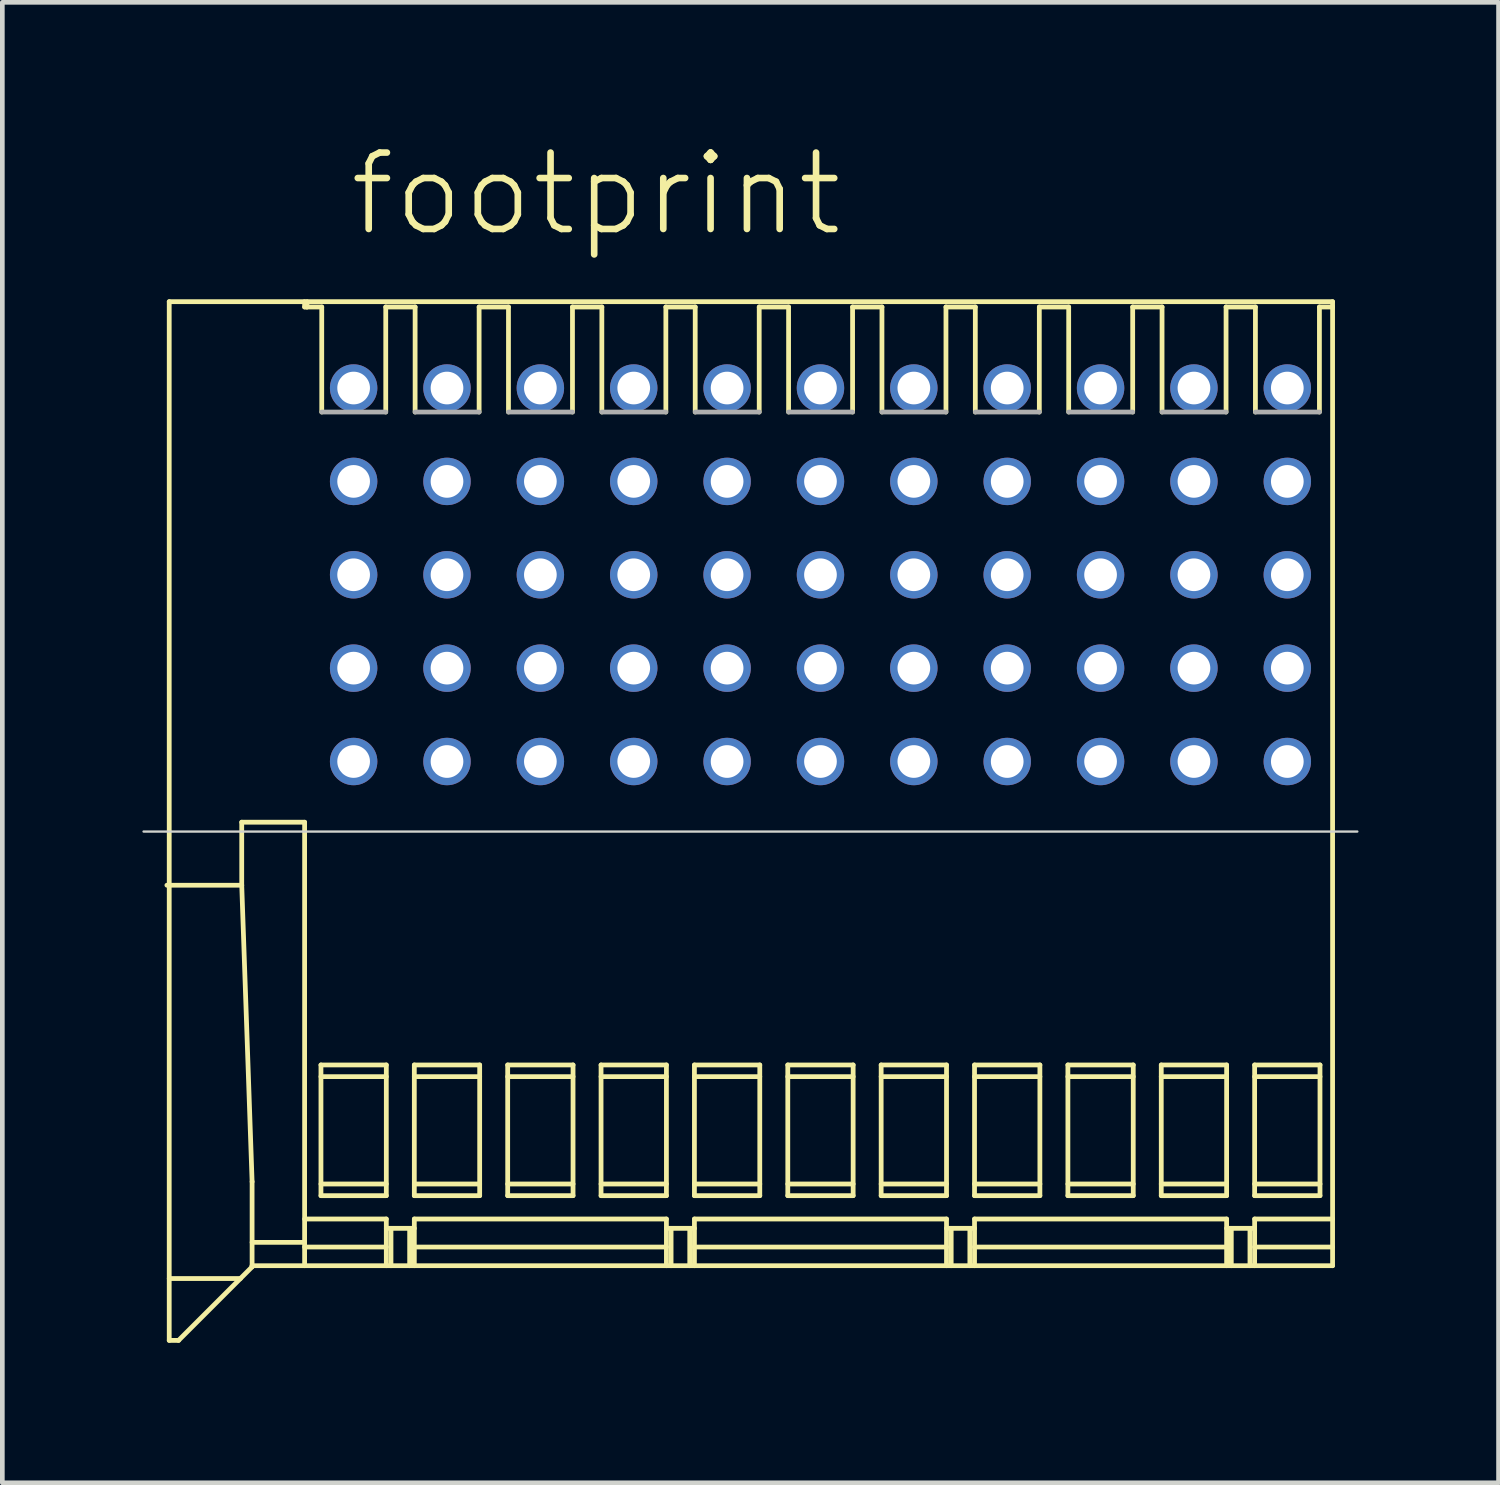
<source format=kicad_pcb>
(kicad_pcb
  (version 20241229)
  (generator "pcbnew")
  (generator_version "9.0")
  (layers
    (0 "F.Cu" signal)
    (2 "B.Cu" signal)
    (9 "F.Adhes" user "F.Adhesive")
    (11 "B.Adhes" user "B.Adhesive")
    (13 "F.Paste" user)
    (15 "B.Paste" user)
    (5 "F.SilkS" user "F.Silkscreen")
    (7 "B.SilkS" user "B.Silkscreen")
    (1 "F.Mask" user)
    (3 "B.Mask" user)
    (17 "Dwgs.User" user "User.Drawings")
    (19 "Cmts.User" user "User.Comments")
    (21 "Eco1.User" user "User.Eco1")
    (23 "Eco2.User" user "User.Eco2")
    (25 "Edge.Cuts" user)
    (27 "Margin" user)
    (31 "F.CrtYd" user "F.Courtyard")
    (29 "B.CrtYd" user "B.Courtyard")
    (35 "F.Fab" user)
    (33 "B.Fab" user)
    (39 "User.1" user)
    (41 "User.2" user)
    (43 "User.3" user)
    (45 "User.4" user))
  (footprint "footprint"
    (layer "F.Cu")
    (at 14.525 13.262)
    (property "Reference" "footprint" (at -10.16 -11.2 0) (layer "F.SilkS") (effects (font (size 1.636 1.636) (thickness 0.142)) (justify left bottom)))
    (fp_line (start -13.95 -9.85) (end -13.95 12.4) (stroke (width 0.102) (type solid)) (layer "F.SilkS"))
    (fp_line (start -13.95 11.075) (end -12.425 11.075) (stroke (width 0.102) (type solid)) (layer "F.SilkS"))
    (fp_line (start -13.75 12.4) (end -13.95 12.4) (stroke (width 0.102) (type solid)) (layer "F.SilkS"))
    (fp_line (start -13.75 12.4) (end -12.175 10.825) (stroke (width 0.102) (type solid)) (layer "F.SilkS"))
    (fp_line (start -12.397 2.65) (end -14 2.65) (stroke (width 0.102) (type solid)) (layer "F.SilkS"))
    (fp_line (start -12.397 2.65) (end -12.397 1.3) (stroke (width 0.102) (type solid)) (layer "F.SilkS"))
    (fp_line (start -12.175 9) (end -12.397 2.65) (stroke (width 0.102) (type solid)) (layer "F.SilkS"))
    (fp_line (start -12.175 10.3) (end -11.05 10.3) (stroke (width 0.102) (type solid)) (layer "F.SilkS"))
    (fp_line (start -12.175 10.8) (end -12.175 9) (stroke (width 0.102) (type solid)) (layer "F.SilkS"))
    (fp_line (start -12.175 10.825) (end -12.175 10.8) (stroke (width 0.102) (type solid)) (layer "F.SilkS"))
    (fp_line (start -11.05 -9.85) (end -13.95 -9.85) (stroke (width 0.102) (type solid)) (layer "F.SilkS"))
    (fp_line (start -11.05 -9.736) (end -11.05 -9.85) (stroke (width 0.102) (type solid)) (layer "F.SilkS"))
    (fp_line (start -11.05 -9.736) (end -11 -9.736) (stroke (width 0.102) (type solid)) (layer "F.SilkS"))
    (fp_line (start -11.05 1.3) (end -12.397 1.3) (stroke (width 0.102) (type solid)) (layer "F.SilkS"))
    (fp_line (start -11.05 1.3) (end -11.05 10.8) (stroke (width 0.102) (type solid)) (layer "F.SilkS"))
    (fp_line (start -11 -9.85) (end -11 -9.736) (stroke (width 0.102) (type solid)) (layer "F.SilkS"))
    (fp_line (start -11 -9.736) (end -10.683 -9.736) (stroke (width 0.102) (type solid)) (layer "F.SilkS"))
    (fp_line (start -10.7 6.5) (end -9.3 6.5) (stroke (width 0.102) (type solid)) (layer "F.SilkS"))
    (fp_line (start -10.7 9.3) (end -10.7 6.5) (stroke (width 0.102) (type solid)) (layer "F.SilkS"))
    (fp_line (start -10.7 9.3) (end -9.3 9.3) (stroke (width 0.102) (type solid)) (layer "F.SilkS"))
    (fp_line (start -10.683 -9.736) (end -10.683 -7.486) (stroke (width 0.102) (type solid)) (layer "F.SilkS"))
    (fp_line (start -9.312 -9.736) (end -8.683 -9.736) (stroke (width 0.102) (type solid)) (layer "F.SilkS"))
    (fp_line (start -9.312 -7.486) (end -9.312 -9.736) (stroke (width 0.102) (type solid)) (layer "F.SilkS"))
    (fp_line (start -9.3 6.5) (end -9.3 9.3) (stroke (width 0.102) (type solid)) (layer "F.SilkS"))
    (fp_line (start -9.3 6.75) (end -10.7 6.75) (stroke (width 0.102) (type solid)) (layer "F.SilkS"))
    (fp_line (start -9.3 9.05) (end -10.7 9.05) (stroke (width 0.102) (type solid)) (layer "F.SilkS"))
    (fp_line (start -9.3 9.8) (end -11.05 9.8) (stroke (width 0.102) (type solid)) (layer "F.SilkS"))
    (fp_line (start -9.3 9.8) (end -9.3 10.8) (stroke (width 0.102) (type solid)) (layer "F.SilkS"))
    (fp_line (start -9.3 10.4) (end -11.05 10.4) (stroke (width 0.102) (type solid)) (layer "F.SilkS"))
    (fp_line (start -9.2 10) (end -9.2 10.8) (stroke (width 0.102) (type solid)) (layer "F.SilkS"))
    (fp_line (start -8.8 10) (end -8.8 10.8) (stroke (width 0.102) (type solid)) (layer "F.SilkS"))
    (fp_line (start -8.7 6.5) (end -8.7 9.3) (stroke (width 0.102) (type solid)) (layer "F.SilkS"))
    (fp_line (start -8.7 9.8) (end -8.7 10.8) (stroke (width 0.102) (type solid)) (layer "F.SilkS"))
    (fp_line (start -8.7 10) (end -9.3 10) (stroke (width 0.102) (type solid)) (layer "F.SilkS"))
    (fp_line (start -8.683 -9.736) (end -8.683 -7.486) (stroke (width 0.102) (type solid)) (layer "F.SilkS"))
    (fp_line (start -7.312 -9.736) (end -6.683 -9.736) (stroke (width 0.102) (type solid)) (layer "F.SilkS"))
    (fp_line (start -7.312 -7.486) (end -7.312 -9.736) (stroke (width 0.102) (type solid)) (layer "F.SilkS"))
    (fp_line (start -7.3 6.5) (end -8.7 6.5) (stroke (width 0.102) (type solid)) (layer "F.SilkS"))
    (fp_line (start -7.3 6.5) (end -7.3 9.3) (stroke (width 0.102) (type solid)) (layer "F.SilkS"))
    (fp_line (start -7.3 6.75) (end -8.7 6.75) (stroke (width 0.102) (type solid)) (layer "F.SilkS"))
    (fp_line (start -7.3 9.05) (end -8.7 9.05) (stroke (width 0.102) (type solid)) (layer "F.SilkS"))
    (fp_line (start -7.3 9.3) (end -8.7 9.3) (stroke (width 0.102) (type solid)) (layer "F.SilkS"))
    (fp_line (start -6.7 6.5) (end -6.7 9.3) (stroke (width 0.102) (type solid)) (layer "F.SilkS"))
    (fp_line (start -6.683 -9.736) (end -6.683 -7.486) (stroke (width 0.102) (type solid)) (layer "F.SilkS"))
    (fp_line (start -5.312 -9.736) (end -4.683 -9.736) (stroke (width 0.102) (type solid)) (layer "F.SilkS"))
    (fp_line (start -5.312 -7.486) (end -5.312 -9.736) (stroke (width 0.102) (type solid)) (layer "F.SilkS"))
    (fp_line (start -5.3 6.5) (end -6.7 6.5) (stroke (width 0.102) (type solid)) (layer "F.SilkS"))
    (fp_line (start -5.3 6.5) (end -5.3 9.3) (stroke (width 0.102) (type solid)) (layer "F.SilkS"))
    (fp_line (start -5.3 6.75) (end -6.7 6.75) (stroke (width 0.102) (type solid)) (layer "F.SilkS"))
    (fp_line (start -5.3 9.05) (end -6.7 9.05) (stroke (width 0.102) (type solid)) (layer "F.SilkS"))
    (fp_line (start -5.3 9.3) (end -6.7 9.3) (stroke (width 0.102) (type solid)) (layer "F.SilkS"))
    (fp_line (start -4.7 6.5) (end -4.7 9.3) (stroke (width 0.102) (type solid)) (layer "F.SilkS"))
    (fp_line (start -4.683 -9.736) (end -4.683 -7.486) (stroke (width 0.102) (type solid)) (layer "F.SilkS"))
    (fp_line (start -3.312 -9.736) (end -2.683 -9.736) (stroke (width 0.102) (type solid)) (layer "F.SilkS"))
    (fp_line (start -3.312 -7.486) (end -3.312 -9.736) (stroke (width 0.102) (type solid)) (layer "F.SilkS"))
    (fp_line (start -3.3 6.5) (end -4.7 6.5) (stroke (width 0.102) (type solid)) (layer "F.SilkS"))
    (fp_line (start -3.3 6.5) (end -3.3 9.3) (stroke (width 0.102) (type solid)) (layer "F.SilkS"))
    (fp_line (start -3.3 6.75) (end -4.7 6.75) (stroke (width 0.102) (type solid)) (layer "F.SilkS"))
    (fp_line (start -3.3 9.05) (end -4.7 9.05) (stroke (width 0.102) (type solid)) (layer "F.SilkS"))
    (fp_line (start -3.3 9.3) (end -4.7 9.3) (stroke (width 0.102) (type solid)) (layer "F.SilkS"))
    (fp_line (start -3.3 9.8) (end -8.7 9.8) (stroke (width 0.102) (type solid)) (layer "F.SilkS"))
    (fp_line (start -3.3 9.8) (end -3.3 10.8) (stroke (width 0.102) (type solid)) (layer "F.SilkS"))
    (fp_line (start -3.3 10.4) (end -8.7 10.4) (stroke (width 0.102) (type solid)) (layer "F.SilkS"))
    (fp_line (start -3.2 10) (end -3.2 10.8) (stroke (width 0.102) (type solid)) (layer "F.SilkS"))
    (fp_line (start -2.8 10) (end -2.8 10.8) (stroke (width 0.102) (type solid)) (layer "F.SilkS"))
    (fp_line (start -2.7 6.5) (end -2.7 9.3) (stroke (width 0.102) (type solid)) (layer "F.SilkS"))
    (fp_line (start -2.7 9.8) (end -2.7 10.8) (stroke (width 0.102) (type solid)) (layer "F.SilkS"))
    (fp_line (start -2.7 10) (end -3.3 10) (stroke (width 0.102) (type solid)) (layer "F.SilkS"))
    (fp_line (start -2.683 -9.736) (end -2.683 -7.486) (stroke (width 0.102) (type solid)) (layer "F.SilkS"))
    (fp_line (start -1.312 -9.736) (end -0.683 -9.736) (stroke (width 0.102) (type solid)) (layer "F.SilkS"))
    (fp_line (start -1.312 -7.486) (end -1.312 -9.736) (stroke (width 0.102) (type solid)) (layer "F.SilkS"))
    (fp_line (start -1.3 6.5) (end -2.7 6.5) (stroke (width 0.102) (type solid)) (layer "F.SilkS"))
    (fp_line (start -1.3 6.5) (end -1.3 9.3) (stroke (width 0.102) (type solid)) (layer "F.SilkS"))
    (fp_line (start -1.3 6.75) (end -2.7 6.75) (stroke (width 0.102) (type solid)) (layer "F.SilkS"))
    (fp_line (start -1.3 9.05) (end -2.7 9.05) (stroke (width 0.102) (type solid)) (layer "F.SilkS"))
    (fp_line (start -1.3 9.3) (end -2.7 9.3) (stroke (width 0.102) (type solid)) (layer "F.SilkS"))
    (fp_line (start -0.7 6.5) (end -0.7 9.3) (stroke (width 0.102) (type solid)) (layer "F.SilkS"))
    (fp_line (start -0.683 -9.736) (end -0.683 -7.486) (stroke (width 0.102) (type solid)) (layer "F.SilkS"))
    (fp_line (start 0.688 -9.736) (end 1.317 -9.736) (stroke (width 0.102) (type solid)) (layer "F.SilkS"))
    (fp_line (start 0.688 -7.486) (end 0.688 -9.736) (stroke (width 0.102) (type solid)) (layer "F.SilkS"))
    (fp_line (start 0.7 6.5) (end -0.7 6.5) (stroke (width 0.102) (type solid)) (layer "F.SilkS"))
    (fp_line (start 0.7 6.5) (end 0.7 9.3) (stroke (width 0.102) (type solid)) (layer "F.SilkS"))
    (fp_line (start 0.7 6.75) (end -0.7 6.75) (stroke (width 0.102) (type solid)) (layer "F.SilkS"))
    (fp_line (start 0.7 9.05) (end -0.7 9.05) (stroke (width 0.102) (type solid)) (layer "F.SilkS"))
    (fp_line (start 0.7 9.3) (end -0.7 9.3) (stroke (width 0.102) (type solid)) (layer "F.SilkS"))
    (fp_line (start 1.3 6.5) (end 1.3 9.3) (stroke (width 0.102) (type solid)) (layer "F.SilkS"))
    (fp_line (start 1.317 -9.736) (end 1.317 -7.486) (stroke (width 0.102) (type solid)) (layer "F.SilkS"))
    (fp_line (start 2.688 -9.736) (end 3.317 -9.736) (stroke (width 0.102) (type solid)) (layer "F.SilkS"))
    (fp_line (start 2.688 -7.486) (end 2.688 -9.736) (stroke (width 0.102) (type solid)) (layer "F.SilkS"))
    (fp_line (start 2.7 6.5) (end 1.3 6.5) (stroke (width 0.102) (type solid)) (layer "F.SilkS"))
    (fp_line (start 2.7 6.5) (end 2.7 9.3) (stroke (width 0.102) (type solid)) (layer "F.SilkS"))
    (fp_line (start 2.7 6.75) (end 1.3 6.75) (stroke (width 0.102) (type solid)) (layer "F.SilkS"))
    (fp_line (start 2.7 9.05) (end 1.3 9.05) (stroke (width 0.102) (type solid)) (layer "F.SilkS"))
    (fp_line (start 2.7 9.3) (end 1.3 9.3) (stroke (width 0.102) (type solid)) (layer "F.SilkS"))
    (fp_line (start 2.7 9.8) (end -2.7 9.8) (stroke (width 0.102) (type solid)) (layer "F.SilkS"))
    (fp_line (start 2.7 9.8) (end 2.7 10.8) (stroke (width 0.102) (type solid)) (layer "F.SilkS"))
    (fp_line (start 2.7 10.4) (end -2.7 10.4) (stroke (width 0.102) (type solid)) (layer "F.SilkS"))
    (fp_line (start 2.8 10) (end 2.8 10.8) (stroke (width 0.102) (type solid)) (layer "F.SilkS"))
    (fp_line (start 3.2 10) (end 3.2 10.8) (stroke (width 0.102) (type solid)) (layer "F.SilkS"))
    (fp_line (start 3.3 6.5) (end 3.3 9.3) (stroke (width 0.102) (type solid)) (layer "F.SilkS"))
    (fp_line (start 3.3 9.8) (end 3.3 10.8) (stroke (width 0.102) (type solid)) (layer "F.SilkS"))
    (fp_line (start 3.3 10) (end 2.7 10) (stroke (width 0.102) (type solid)) (layer "F.SilkS"))
    (fp_line (start 3.317 -9.736) (end 3.317 -7.486) (stroke (width 0.102) (type solid)) (layer "F.SilkS"))
    (fp_line (start 4.688 -9.736) (end 5.317 -9.736) (stroke (width 0.102) (type solid)) (layer "F.SilkS"))
    (fp_line (start 4.688 -7.486) (end 4.688 -9.736) (stroke (width 0.102) (type solid)) (layer "F.SilkS"))
    (fp_line (start 4.7 6.5) (end 3.3 6.5) (stroke (width 0.102) (type solid)) (layer "F.SilkS"))
    (fp_line (start 4.7 6.5) (end 4.7 9.3) (stroke (width 0.102) (type solid)) (layer "F.SilkS"))
    (fp_line (start 4.7 6.75) (end 3.3 6.75) (stroke (width 0.102) (type solid)) (layer "F.SilkS"))
    (fp_line (start 4.7 9.05) (end 3.3 9.05) (stroke (width 0.102) (type solid)) (layer "F.SilkS"))
    (fp_line (start 4.7 9.3) (end 3.3 9.3) (stroke (width 0.102) (type solid)) (layer "F.SilkS"))
    (fp_line (start 5.3 6.5) (end 5.3 9.3) (stroke (width 0.102) (type solid)) (layer "F.SilkS"))
    (fp_line (start 5.317 -9.736) (end 5.317 -7.486) (stroke (width 0.102) (type solid)) (layer "F.SilkS"))
    (fp_line (start 6.688 -9.736) (end 7.317 -9.736) (stroke (width 0.102) (type solid)) (layer "F.SilkS"))
    (fp_line (start 6.688 -7.486) (end 6.688 -9.736) (stroke (width 0.102) (type solid)) (layer "F.SilkS"))
    (fp_line (start 6.7 6.5) (end 5.3 6.5) (stroke (width 0.102) (type solid)) (layer "F.SilkS"))
    (fp_line (start 6.7 6.5) (end 6.7 9.3) (stroke (width 0.102) (type solid)) (layer "F.SilkS"))
    (fp_line (start 6.7 6.75) (end 5.3 6.75) (stroke (width 0.102) (type solid)) (layer "F.SilkS"))
    (fp_line (start 6.7 9.05) (end 5.3 9.05) (stroke (width 0.102) (type solid)) (layer "F.SilkS"))
    (fp_line (start 6.7 9.3) (end 5.3 9.3) (stroke (width 0.102) (type solid)) (layer "F.SilkS"))
    (fp_line (start 7.3 6.5) (end 7.3 9.3) (stroke (width 0.102) (type solid)) (layer "F.SilkS"))
    (fp_line (start 7.317 -9.736) (end 7.317 -7.486) (stroke (width 0.102) (type solid)) (layer "F.SilkS"))
    (fp_line (start 8.688 -9.736) (end 9.317 -9.736) (stroke (width 0.102) (type solid)) (layer "F.SilkS"))
    (fp_line (start 8.688 -7.486) (end 8.688 -9.736) (stroke (width 0.102) (type solid)) (layer "F.SilkS"))
    (fp_line (start 8.7 6.5) (end 7.3 6.5) (stroke (width 0.102) (type solid)) (layer "F.SilkS"))
    (fp_line (start 8.7 6.5) (end 8.7 9.3) (stroke (width 0.102) (type solid)) (layer "F.SilkS"))
    (fp_line (start 8.7 6.75) (end 7.3 6.75) (stroke (width 0.102) (type solid)) (layer "F.SilkS"))
    (fp_line (start 8.7 9.05) (end 7.3 9.05) (stroke (width 0.102) (type solid)) (layer "F.SilkS"))
    (fp_line (start 8.7 9.3) (end 7.3 9.3) (stroke (width 0.102) (type solid)) (layer "F.SilkS"))
    (fp_line (start 8.7 9.8) (end 3.3 9.8) (stroke (width 0.102) (type solid)) (layer "F.SilkS"))
    (fp_line (start 8.7 9.8) (end 8.7 10.8) (stroke (width 0.102) (type solid)) (layer "F.SilkS"))
    (fp_line (start 8.7 10.4) (end 3.3 10.4) (stroke (width 0.102) (type solid)) (layer "F.SilkS"))
    (fp_line (start 8.8 10) (end 8.8 10.8) (stroke (width 0.102) (type solid)) (layer "F.SilkS"))
    (fp_line (start 9.2 10) (end 9.2 10.8) (stroke (width 0.102) (type solid)) (layer "F.SilkS"))
    (fp_line (start 9.3 6.5) (end 9.3 9.3) (stroke (width 0.102) (type solid)) (layer "F.SilkS"))
    (fp_line (start 9.3 9.8) (end 9.3 10.8) (stroke (width 0.102) (type solid)) (layer "F.SilkS"))
    (fp_line (start 9.3 10) (end 8.7 10) (stroke (width 0.102) (type solid)) (layer "F.SilkS"))
    (fp_line (start 9.317 -9.736) (end 9.317 -7.486) (stroke (width 0.102) (type solid)) (layer "F.SilkS"))
    (fp_line (start 10.688 -9.736) (end 10.97 -9.736) (stroke (width 0.102) (type solid)) (layer "F.SilkS"))
    (fp_line (start 10.688 -7.486) (end 10.688 -9.736) (stroke (width 0.102) (type solid)) (layer "F.SilkS"))
    (fp_line (start 10.7 6.5) (end 9.3 6.5) (stroke (width 0.102) (type solid)) (layer "F.SilkS"))
    (fp_line (start 10.7 6.5) (end 10.7 9.3) (stroke (width 0.102) (type solid)) (layer "F.SilkS"))
    (fp_line (start 10.7 6.75) (end 9.3 6.75) (stroke (width 0.102) (type solid)) (layer "F.SilkS"))
    (fp_line (start 10.7 9.05) (end 9.3 9.05) (stroke (width 0.102) (type solid)) (layer "F.SilkS"))
    (fp_line (start 10.7 9.3) (end 9.3 9.3) (stroke (width 0.102) (type solid)) (layer "F.SilkS"))
    (fp_line (start 10.97 -9.85) (end -11 -9.85) (stroke (width 0.102) (type solid)) (layer "F.SilkS"))
    (fp_line (start 10.97 -9.736) (end 10.97 -9.85) (stroke (width 0.102) (type solid)) (layer "F.SilkS"))
    (fp_line (start 10.97 9.8) (end 9.3 9.8) (stroke (width 0.102) (type solid)) (layer "F.SilkS"))
    (fp_line (start 10.97 10.4) (end 9.3 10.4) (stroke (width 0.102) (type solid)) (layer "F.SilkS"))
    (fp_line (start 10.97 10.8) (end -12.175 10.8) (stroke (width 0.102) (type solid)) (layer "F.SilkS"))
    (fp_line (start 10.97 10.8) (end 10.97 -9.736) (stroke (width 0.102) (type solid)) (layer "F.SilkS"))
    (fp_line (start 11.5 1.5) (end -14.5 1.5) (stroke (width 0.05) (type solid)) (layer "Edge.Cuts"))
    (fp_line (start -10.683 -7.486) (end -9.312 -7.486) (stroke (width 0.102) (type solid)) (layer "F.Fab"))
    (fp_line (start -8.683 -7.486) (end -7.312 -7.486) (stroke (width 0.102) (type solid)) (layer "F.Fab"))
    (fp_line (start -6.683 -7.486) (end -5.312 -7.486) (stroke (width 0.102) (type solid)) (layer "F.Fab"))
    (fp_line (start -4.683 -7.486) (end -3.312 -7.486) (stroke (width 0.102) (type solid)) (layer "F.Fab"))
    (fp_line (start -2.683 -7.486) (end -1.312 -7.486) (stroke (width 0.102) (type solid)) (layer "F.Fab"))
    (fp_line (start -0.683 -7.486) (end 0.688 -7.486) (stroke (width 0.102) (type solid)) (layer "F.Fab"))
    (fp_line (start 1.317 -7.486) (end 2.688 -7.486) (stroke (width 0.102) (type solid)) (layer "F.Fab"))
    (fp_line (start 3.317 -7.486) (end 4.688 -7.486) (stroke (width 0.102) (type solid)) (layer "F.Fab"))
    (fp_line (start 5.317 -7.486) (end 6.688 -7.486) (stroke (width 0.102) (type solid)) (layer "F.Fab"))
    (fp_line (start 7.317 -7.486) (end 8.688 -7.486) (stroke (width 0.102) (type solid)) (layer "F.Fab"))
    (fp_line (start 9.317 -7.486) (end 10.688 -7.486) (stroke (width 0.102) (type solid)) (layer "F.Fab"))
    (pad "A1" thru_hole circle (at 10 0) (size 1.016 1.016) (drill 0.7) (layers "*.Cu" "*.Mask"))
    (pad "A2" thru_hole circle (at 8 0) (size 1.016 1.016) (drill 0.7) (layers "*.Cu" "*.Mask"))
    (pad "A3" thru_hole circle (at 6 0) (size 1.016 1.016) (drill 0.7) (layers "*.Cu" "*.Mask"))
    (pad "A4" thru_hole circle (at 4 0) (size 1.016 1.016) (drill 0.7) (layers "*.Cu" "*.Mask"))
    (pad "A5" thru_hole circle (at 2 0) (size 1.016 1.016) (drill 0.7) (layers "*.Cu" "*.Mask"))
    (pad "A6" thru_hole circle (at 0 0) (size 1.016 1.016) (drill 0.7) (layers "*.Cu" "*.Mask"))
    (pad "A7" thru_hole circle (at -2 0) (size 1.016 1.016) (drill 0.7) (layers "*.Cu" "*.Mask"))
    (pad "A8" thru_hole circle (at -4 0) (size 1.016 1.016) (drill 0.7) (layers "*.Cu" "*.Mask"))
    (pad "A9" thru_hole circle (at -6 0) (size 1.016 1.016) (drill 0.7) (layers "*.Cu" "*.Mask"))
    (pad "A10" thru_hole circle (at -8 0) (size 1.016 1.016) (drill 0.7) (layers "*.Cu" "*.Mask"))
    (pad "A11" thru_hole circle (at -10 0) (size 1.016 1.016) (drill 0.7) (layers "*.Cu" "*.Mask"))
    (pad "B1" thru_hole circle (at 10 -2) (size 1.016 1.016) (drill 0.7) (layers "*.Cu" "*.Mask"))
    (pad "B2" thru_hole circle (at 8 -2) (size 1.016 1.016) (drill 0.7) (layers "*.Cu" "*.Mask"))
    (pad "B3" thru_hole circle (at 6 -2) (size 1.016 1.016) (drill 0.7) (layers "*.Cu" "*.Mask"))
    (pad "B4" thru_hole circle (at 4 -2) (size 1.016 1.016) (drill 0.7) (layers "*.Cu" "*.Mask"))
    (pad "B5" thru_hole circle (at 2 -2) (size 1.016 1.016) (drill 0.7) (layers "*.Cu" "*.Mask"))
    (pad "B6" thru_hole circle (at 0 -2) (size 1.016 1.016) (drill 0.7) (layers "*.Cu" "*.Mask"))
    (pad "B7" thru_hole circle (at -2 -2) (size 1.016 1.016) (drill 0.7) (layers "*.Cu" "*.Mask"))
    (pad "B8" thru_hole circle (at -4 -2) (size 1.016 1.016) (drill 0.7) (layers "*.Cu" "*.Mask"))
    (pad "B9" thru_hole circle (at -6 -2) (size 1.016 1.016) (drill 0.7) (layers "*.Cu" "*.Mask"))
    (pad "B10" thru_hole circle (at -8 -2) (size 1.016 1.016) (drill 0.7) (layers "*.Cu" "*.Mask"))
    (pad "B11" thru_hole circle (at -10 -2) (size 1.016 1.016) (drill 0.7) (layers "*.Cu" "*.Mask"))
    (pad "C1" thru_hole circle (at 10 -4) (size 1.016 1.016) (drill 0.7) (layers "*.Cu" "*.Mask"))
    (pad "C2" thru_hole circle (at 8 -4) (size 1.016 1.016) (drill 0.7) (layers "*.Cu" "*.Mask"))
    (pad "C3" thru_hole circle (at 6 -4) (size 1.016 1.016) (drill 0.7) (layers "*.Cu" "*.Mask"))
    (pad "C4" thru_hole circle (at 4 -4) (size 1.016 1.016) (drill 0.7) (layers "*.Cu" "*.Mask"))
    (pad "C5" thru_hole circle (at 2 -4) (size 1.016 1.016) (drill 0.7) (layers "*.Cu" "*.Mask"))
    (pad "C6" thru_hole circle (at 0 -4) (size 1.016 1.016) (drill 0.7) (layers "*.Cu" "*.Mask"))
    (pad "C7" thru_hole circle (at -2 -4) (size 1.016 1.016) (drill 0.7) (layers "*.Cu" "*.Mask"))
    (pad "C8" thru_hole circle (at -4 -4) (size 1.016 1.016) (drill 0.7) (layers "*.Cu" "*.Mask"))
    (pad "C9" thru_hole circle (at -6 -4) (size 1.016 1.016) (drill 0.7) (layers "*.Cu" "*.Mask"))
    (pad "C10" thru_hole circle (at -8 -4) (size 1.016 1.016) (drill 0.7) (layers "*.Cu" "*.Mask"))
    (pad "C11" thru_hole circle (at -10 -4) (size 1.016 1.016) (drill 0.7) (layers "*.Cu" "*.Mask"))
    (pad "D1" thru_hole circle (at 10 -6) (size 1.016 1.016) (drill 0.7) (layers "*.Cu" "*.Mask"))
    (pad "D2" thru_hole circle (at 8 -6) (size 1.016 1.016) (drill 0.7) (layers "*.Cu" "*.Mask"))
    (pad "D3" thru_hole circle (at 6 -6) (size 1.016 1.016) (drill 0.7) (layers "*.Cu" "*.Mask"))
    (pad "D4" thru_hole circle (at 4 -6) (size 1.016 1.016) (drill 0.7) (layers "*.Cu" "*.Mask"))
    (pad "D5" thru_hole circle (at 2 -6) (size 1.016 1.016) (drill 0.7) (layers "*.Cu" "*.Mask"))
    (pad "D6" thru_hole circle (at 0 -6) (size 1.016 1.016) (drill 0.7) (layers "*.Cu" "*.Mask"))
    (pad "D7" thru_hole circle (at -2 -6) (size 1.016 1.016) (drill 0.7) (layers "*.Cu" "*.Mask"))
    (pad "D8" thru_hole circle (at -4 -6) (size 1.016 1.016) (drill 0.7) (layers "*.Cu" "*.Mask"))
    (pad "D9" thru_hole circle (at -6 -6) (size 1.016 1.016) (drill 0.7) (layers "*.Cu" "*.Mask"))
    (pad "D10" thru_hole circle (at -8 -6) (size 1.016 1.016) (drill 0.7) (layers "*.Cu" "*.Mask"))
    (pad "D11" thru_hole circle (at -10 -6) (size 1.016 1.016) (drill 0.7) (layers "*.Cu" "*.Mask"))
    (pad "E1" thru_hole circle (at 10 -8) (size 1.016 1.016) (drill 0.7) (layers "*.Cu" "*.Mask"))
    (pad "E2" thru_hole circle (at 8 -8) (size 1.016 1.016) (drill 0.7) (layers "*.Cu" "*.Mask"))
    (pad "E3" thru_hole circle (at 6 -8) (size 1.016 1.016) (drill 0.7) (layers "*.Cu" "*.Mask"))
    (pad "E4" thru_hole circle (at 4 -8) (size 1.016 1.016) (drill 0.7) (layers "*.Cu" "*.Mask"))
    (pad "E5" thru_hole circle (at 2 -8) (size 1.016 1.016) (drill 0.7) (layers "*.Cu" "*.Mask"))
    (pad "E6" thru_hole circle (at 0 -8) (size 1.016 1.016) (drill 0.7) (layers "*.Cu" "*.Mask"))
    (pad "E7" thru_hole circle (at -2 -8) (size 1.016 1.016) (drill 0.7) (layers "*.Cu" "*.Mask"))
    (pad "E8" thru_hole circle (at -4 -8) (size 1.016 1.016) (drill 0.7) (layers "*.Cu" "*.Mask"))
    (pad "E9" thru_hole circle (at -6 -8) (size 1.016 1.016) (drill 0.7) (layers "*.Cu" "*.Mask"))
    (pad "E10" thru_hole circle (at -8 -8) (size 1.016 1.016) (drill 0.7) (layers "*.Cu" "*.Mask"))
    (pad "E11" thru_hole circle (at -10 -8) (size 1.016 1.016) (drill 0.7) (layers "*.Cu" "*.Mask")))
  (gr_rect
    (start -3 -3)
    (end 29.05 28.713)
    (stroke (width 0.1) (type default))
    (fill no)
    (layer "Edge.Cuts")))
</source>
